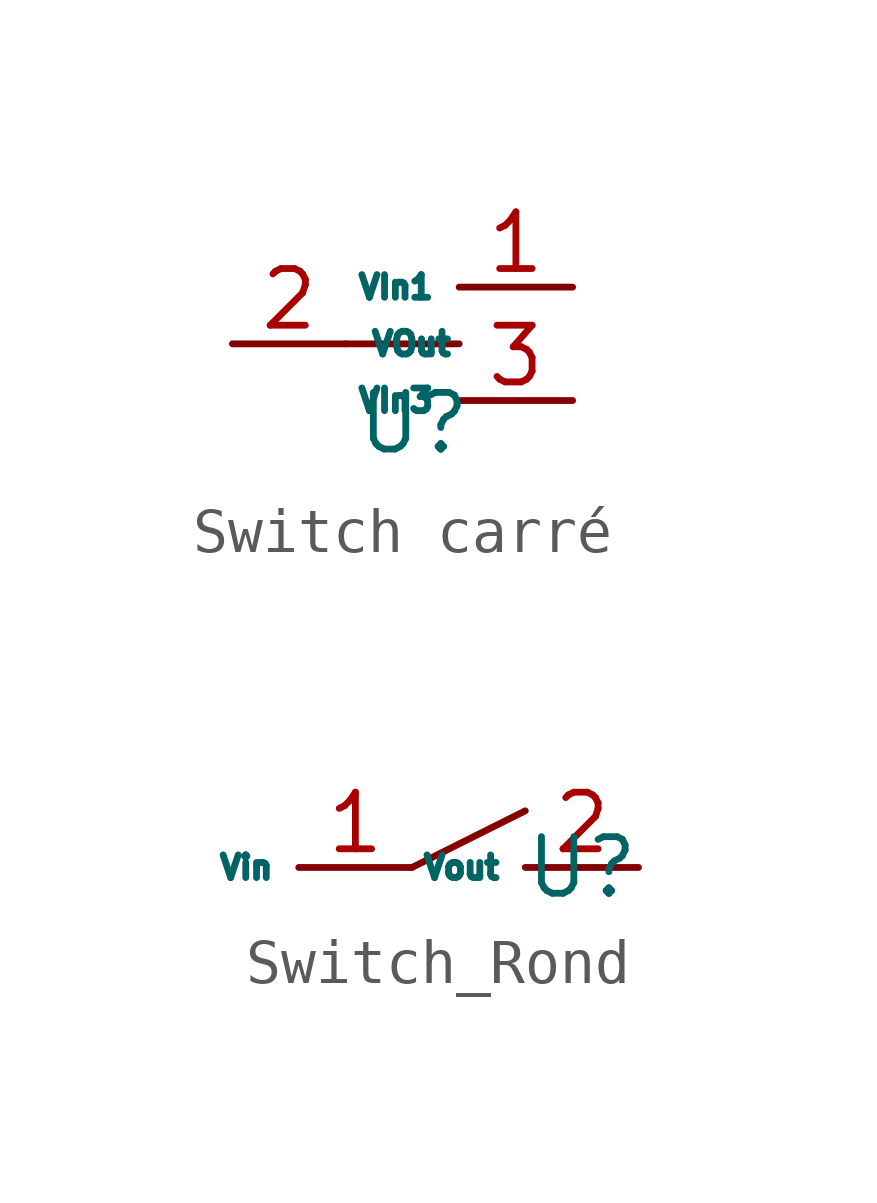
<source format=kicad_sym>
(kicad_symbol_lib
  (version 20231120)
  (generator "kicad_symbol_editor")
  (generator_version "8.0")
  (symbol "Switch carré"
    (property "Reference" "U"
      (at 0.254 -1.778 0)
      (effects (font (size 1.27 1.27))))
    (property "Value" ""
      (at 0 0 0)
      (effects (font (size 1.27 1.27))))
    (symbol "Switch carré_0_1"
      (polyline (pts (xy -1.27 0) (xy 1.27 0)) (stroke (width 0) (type default)) (fill (type none))))
    (symbol "Switch carré_1_1"
      (pin input line (at 3.81 1.27 180) (length 2.54) (name "VIn1" (effects (font (size 0.508 0.508)))) (number "1" (effects (font (size 1.27 1.27)))))
      (pin output line (at -3.81 0 0) (length 2.54) (name "VOut" (effects (font (size 0.508 0.508)))) (number "2" (effects (font (size 1.27 1.27)))))
      (pin input line (at 3.81 -1.27 180) (length 2.54) (name "VIn3" (effects (font (size 0.508 0.508)))) (number "3" (effects (font (size 1.27 1.27)))))))
  (symbol "Switch_Rond"
    (property "Reference" "U"
      (at 0 0 0)
      (effects (font (size 1.27 1.27))))
    (property "Value" ""
      (at 0 0 0)
      (effects (font (size 1.27 1.27))))
    (symbol "Switch_Rond_0_1"
      (polyline (pts (xy -3.81 0) (xy -1.27 1.27)) (stroke (width 0) (type default)) (fill (type none))))
    (symbol "Switch_Rond_1_1"
      (pin input line (at -3.81 0 180) (length 2.54) (name "Vin" (effects (font (size 0.508 0.508)))) (number "1" (effects (font (size 1.27 1.27)))))
      (pin input line (at 1.27 0 180) (length 2.54) (name "Vout" (effects (font (size 0.508 0.508)))) (number "2" (effects (font (size 1.27 1.27))))))))
</source>
